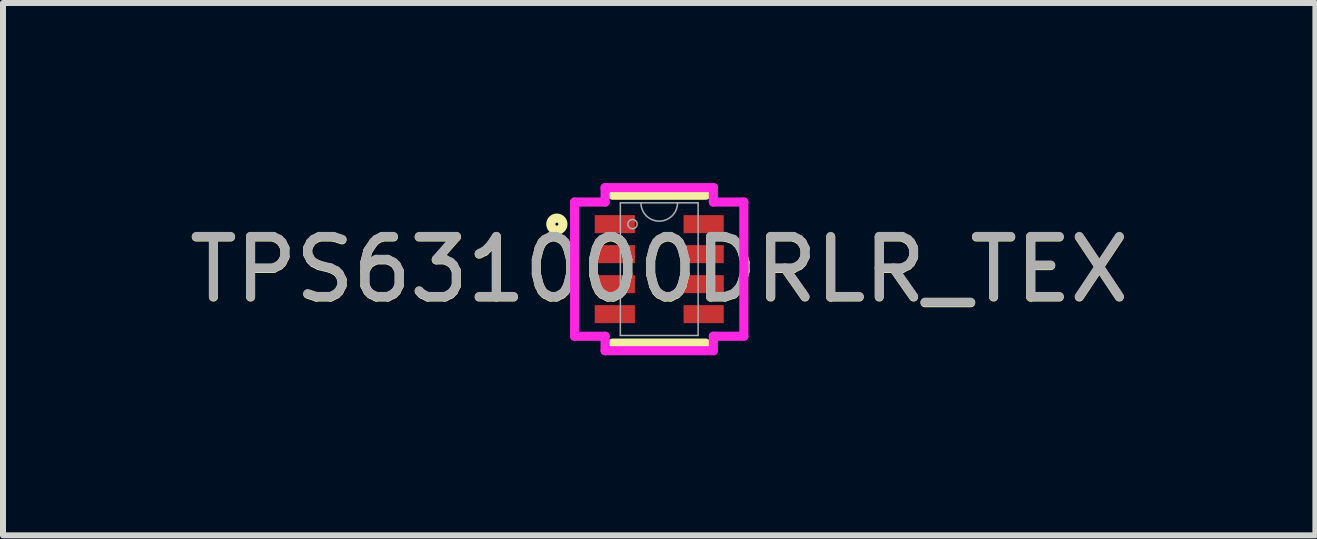
<source format=kicad_pcb>
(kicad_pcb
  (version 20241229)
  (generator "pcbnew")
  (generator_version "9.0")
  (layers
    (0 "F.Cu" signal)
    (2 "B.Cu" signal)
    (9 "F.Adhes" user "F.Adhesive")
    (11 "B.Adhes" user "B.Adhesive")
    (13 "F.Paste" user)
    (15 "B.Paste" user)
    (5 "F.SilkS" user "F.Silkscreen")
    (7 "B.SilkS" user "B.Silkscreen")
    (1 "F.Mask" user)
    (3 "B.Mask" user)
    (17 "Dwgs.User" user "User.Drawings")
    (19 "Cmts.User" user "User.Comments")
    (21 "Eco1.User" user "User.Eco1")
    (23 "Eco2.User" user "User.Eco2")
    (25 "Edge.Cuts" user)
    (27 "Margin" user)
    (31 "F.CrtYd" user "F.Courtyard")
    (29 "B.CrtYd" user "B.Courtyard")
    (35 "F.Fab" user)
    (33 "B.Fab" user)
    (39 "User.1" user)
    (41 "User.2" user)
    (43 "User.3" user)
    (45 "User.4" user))
  (footprint "TPS631000DRLR_TEX"
    (layer "F.Cu")
    (at 7.935 1.435)
    (property "Reference" "TPS631000DRLR_TEX" (at 0 0.01 0) (unlocked yes) (layer "F.SilkS") (effects (font (size 1 1) (thickness 0.15))))
    (attr smd)
    (fp_line (start -0.775 1.232) (end 0.775 1.232) (stroke (width 0.152) (type solid)) (layer "F.SilkS"))
    (fp_line (start 0.775 -1.232) (end -0.775 -1.232) (stroke (width 0.152) (type solid)) (layer "F.SilkS"))
    (fp_circle (center -1.706 -0.75) (end -1.605 -0.75) (stroke (width 0.152) (type solid)) (fill no) (layer "F.SilkS"))
    (fp_line (start -1.41 -1.118) (end -0.902 -1.118) (stroke (width 0.152) (type solid)) (layer "F.CrtYd"))
    (fp_line (start -1.41 1.118) (end -1.41 -1.118) (stroke (width 0.152) (type solid)) (layer "F.CrtYd"))
    (fp_line (start -1.41 1.118) (end -0.902 1.118) (stroke (width 0.152) (type solid)) (layer "F.CrtYd"))
    (fp_line (start -0.902 -1.359) (end 0.902 -1.359) (stroke (width 0.152) (type solid)) (layer "F.CrtYd"))
    (fp_line (start -0.902 -1.118) (end -0.902 -1.359) (stroke (width 0.152) (type solid)) (layer "F.CrtYd"))
    (fp_line (start -0.902 1.359) (end -0.902 1.118) (stroke (width 0.152) (type solid)) (layer "F.CrtYd"))
    (fp_line (start 0.902 -1.359) (end 0.902 -1.118) (stroke (width 0.152) (type solid)) (layer "F.CrtYd"))
    (fp_line (start 0.902 1.118) (end 0.902 1.359) (stroke (width 0.152) (type solid)) (layer "F.CrtYd"))
    (fp_line (start 0.902 1.359) (end -0.902 1.359) (stroke (width 0.152) (type solid)) (layer "F.CrtYd"))
    (fp_line (start 1.41 -1.118) (end 0.902 -1.118) (stroke (width 0.152) (type solid)) (layer "F.CrtYd"))
    (fp_line (start 1.41 -1.118) (end 1.41 1.118) (stroke (width 0.152) (type solid)) (layer "F.CrtYd"))
    (fp_line (start 1.41 1.118) (end 0.902 1.118) (stroke (width 0.152) (type solid)) (layer "F.CrtYd"))
    (fp_line (start -0.648 -1.105) (end -0.648 1.105) (stroke (width 0.025) (type solid)) (layer "F.Fab"))
    (fp_line (start -0.648 1.105) (end 0.648 1.105) (stroke (width 0.025) (type solid)) (layer "F.Fab"))
    (fp_line (start 0.648 -1.105) (end -0.648 -1.105) (stroke (width 0.025) (type solid)) (layer "F.Fab"))
    (fp_line (start 0.648 1.105) (end 0.648 -1.105) (stroke (width 0.025) (type solid)) (layer "F.Fab"))
    (fp_arc (start 0.3048 -1.1049) (mid 0 -0.8001) (end -0.3048 -1.1049) (stroke (width 0.0254) (type solid)) (layer "F.Fab"))
    (fp_circle (center -0.445 -0.75) (end -0.368 -0.75) (stroke (width 0.025) (type solid)) (fill no) (layer "F.Fab"))
    (fp_text user "${REFERENCE}" (at 0 0 0) (unlocked yes) (layer "F.Fab") (effects (font (size 1 1) (thickness 0.15))))
    (pad "1" smd rect (at -0.74 -0.75) (size 0.67 0.3) (layers "F.Cu" "F.Mask" "F.Paste"))
    (pad "2" smd rect (at -0.74 -0.25) (size 0.67 0.3) (layers "F.Cu" "F.Mask" "F.Paste"))
    (pad "3" smd rect (at -0.74 0.25) (size 0.67 0.3) (layers "F.Cu" "F.Mask" "F.Paste"))
    (pad "4" smd rect (at -0.74 0.75) (size 0.67 0.3) (layers "F.Cu" "F.Mask" "F.Paste"))
    (pad "5" smd rect (at 0.74 0.75) (size 0.67 0.3) (layers "F.Cu" "F.Mask" "F.Paste"))
    (pad "6" smd rect (at 0.74 0.25) (size 0.67 0.3) (layers "F.Cu" "F.Mask" "F.Paste"))
    (pad "7" smd rect (at 0.74 -0.25) (size 0.67 0.3) (layers "F.Cu" "F.Mask" "F.Paste"))
    (pad "8" smd rect (at 0.74 -0.75) (size 0.67 0.3) (layers "F.Cu" "F.Mask" "F.Paste")))
  (gr_rect
    (start -3 -3)
    (end 18.869 5.87)
    (stroke (width 0.1) (type default))
    (fill no)
    (layer "Edge.Cuts")))
</source>
